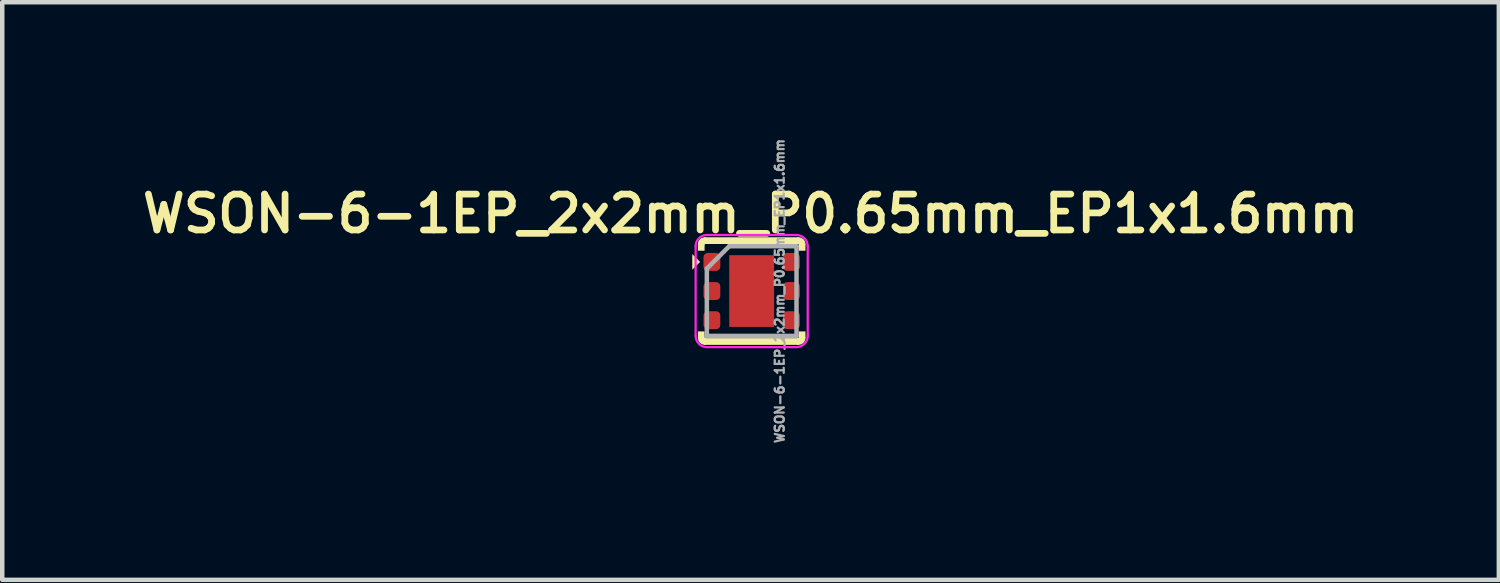
<source format=kicad_pcb>
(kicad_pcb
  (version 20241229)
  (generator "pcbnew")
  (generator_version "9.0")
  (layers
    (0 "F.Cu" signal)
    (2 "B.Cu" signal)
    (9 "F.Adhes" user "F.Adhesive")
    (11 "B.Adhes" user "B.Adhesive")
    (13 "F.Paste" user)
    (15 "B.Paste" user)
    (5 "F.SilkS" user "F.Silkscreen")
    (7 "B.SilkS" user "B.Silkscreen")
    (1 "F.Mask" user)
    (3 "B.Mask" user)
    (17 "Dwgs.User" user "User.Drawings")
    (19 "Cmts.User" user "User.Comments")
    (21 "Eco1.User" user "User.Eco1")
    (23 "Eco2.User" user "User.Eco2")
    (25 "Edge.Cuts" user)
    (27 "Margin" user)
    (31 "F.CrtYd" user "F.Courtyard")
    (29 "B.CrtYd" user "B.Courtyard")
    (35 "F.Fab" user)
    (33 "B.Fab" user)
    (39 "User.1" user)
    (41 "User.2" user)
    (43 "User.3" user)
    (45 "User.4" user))
  (footprint "WSON-6-1EP_2x2mm_P0.65mm_EP1x1.6mm"
    (layer "F.Cu")
    (at 13.713 3.441)
    (property "Reference" "WSON-6-1EP_2x2mm_P0.65mm_EP1x1.6mm" (at -0.025 -1.725 0) (layer "F.SilkS") (effects (font (size 0.8 0.8) (thickness 0.15))))
    (attr smd)
    (fp_arc (start -1.125001 -1.050001) (mid -1.103033 -1.103034) (end -1.05 -1.125) (stroke (width 0.15) (type solid)) (layer "F.SilkS"))
    (fp_arc (start -1.050001 1.125001) (mid -1.103034 1.103033) (end -1.125 1.05) (stroke (width 0.15) (type solid)) (layer "F.SilkS"))
    (fp_arc (start 1.050001 -1.125001) (mid 1.103034 -1.103033) (end 1.125 -1.05) (stroke (width 0.15) (type solid)) (layer "F.SilkS"))
    (fp_arc (start 1.125001 1.050001) (mid 1.103033 1.103034) (end 1.05 1.125) (stroke (width 0.15) (type solid)) (layer "F.SilkS"))
    (fp_poly (pts (xy -1.15 -0.65) (xy -1.325 -0.475) (xy -1.325 -0.825)) (stroke (width 0) (type solid)) (fill yes) (layer "F.SilkS"))
    (fp_poly (pts (xy -1.05 1.05) (xy 1.05 1.05) (xy 1.05 0.9) (xy 1.2 0.9) (xy 1.2 1.05) (xy 1.05 1.2) (xy -1.05 1.2) (xy -1.2 1.05) (xy -1.2 0.9) (xy -1.05 0.9)) (stroke (width 0) (type solid)) (fill yes) (layer "F.SilkS"))
    (fp_poly (pts (xy 1.05 -1.05) (xy -1.05 -1.05) (xy -1.05 -0.9) (xy -1.2 -0.9) (xy -1.2 -1.05) (xy -1.05 -1.2) (xy 1.05 -1.2) (xy 1.2 -1.05) (xy 1.2 -0.9) (xy 1.05 -0.9)) (stroke (width 0) (type solid)) (fill yes) (layer "F.SilkS"))
    (fp_line (start -1.25 -1) (end -1.25 1) (stroke (width 0.05) (type solid)) (layer "F.CrtYd"))
    (fp_line (start -1 1.25) (end 1 1.25) (stroke (width 0.05) (type solid)) (layer "F.CrtYd"))
    (fp_line (start 1 -1.25) (end -1 -1.25) (stroke (width 0.05) (type solid)) (layer "F.CrtYd"))
    (fp_line (start 1.25 1) (end 1.25 -1) (stroke (width 0.05) (type solid)) (layer "F.CrtYd"))
    (fp_arc (start -1.25 -1) (mid -1.176777 -1.176777) (end -1 -1.25) (stroke (width 0.05) (type solid)) (layer "F.CrtYd"))
    (fp_arc (start -1 1.25) (mid -1.176777 1.176777) (end -1.25 1) (stroke (width 0.05) (type solid)) (layer "F.CrtYd"))
    (fp_arc (start 1 -1.25) (mid 1.176777 -1.176777) (end 1.25 -1) (stroke (width 0.05) (type solid)) (layer "F.CrtYd"))
    (fp_arc (start 1.25 1) (mid 1.176777 1.176777) (end 1 1.25) (stroke (width 0.05) (type solid)) (layer "F.CrtYd"))
    (fp_line (start -1 -0.5) (end -0.5 -1) (stroke (width 0.1) (type solid)) (layer "F.Fab"))
    (fp_line (start -1 1) (end -1 -0.5) (stroke (width 0.1) (type solid)) (layer "F.Fab"))
    (fp_line (start -0.5 -1) (end 1 -1) (stroke (width 0.1) (type solid)) (layer "F.Fab"))
    (fp_line (start 1 -1) (end 1 1) (stroke (width 0.1) (type solid)) (layer "F.Fab"))
    (fp_line (start 1 1) (end -1 1) (stroke (width 0.1) (type solid)) (layer "F.Fab"))
    (fp_text user "${REFERENCE}" (at 0.625 0 270) (layer "F.Fab") (effects (font (size 0.2 0.2) (thickness 0.05))))
    (pad "" smd roundrect (at 0 -0.4) (size 0.81 0.64) (layers "F.Paste") (roundrect_rratio 0.25))
    (pad "" smd roundrect (at 0 0.4) (size 0.81 0.64) (layers "F.Paste") (roundrect_rratio 0.25))
    (pad "1" smd roundrect (at -0.887 -0.65) (size 0.375 0.4) (layers "F.Cu" "F.Mask" "F.Paste") (roundrect_rratio 0.25))
    (pad "2" smd roundrect (at -0.887 0) (size 0.375 0.4) (layers "F.Cu" "F.Mask" "F.Paste") (roundrect_rratio 0.25))
    (pad "3" smd roundrect (at -0.887 0.65) (size 0.375 0.4) (layers "F.Cu" "F.Mask" "F.Paste") (roundrect_rratio 0.25))
    (pad "4" smd roundrect (at 0.887 0.65) (size 0.375 0.4) (layers "F.Cu" "F.Mask" "F.Paste") (roundrect_rratio 0.25))
    (pad "5" smd roundrect (at 0.887 0) (size 0.375 0.4) (layers "F.Cu" "F.Mask" "F.Paste") (roundrect_rratio 0.25))
    (pad "6" smd roundrect (at 0.887 -0.65) (size 0.375 0.4) (layers "F.Cu" "F.Mask" "F.Paste") (roundrect_rratio 0.25))
    (pad "7" smd rect (at 0 0) (size 1 1.6) (layers "F.Cu" "F.Mask")))
  (gr_rect
    (start -3 -3)
    (end 30.376 9.881)
    (stroke (width 0.1) (type default))
    (fill no)
    (layer "Edge.Cuts")))
</source>
